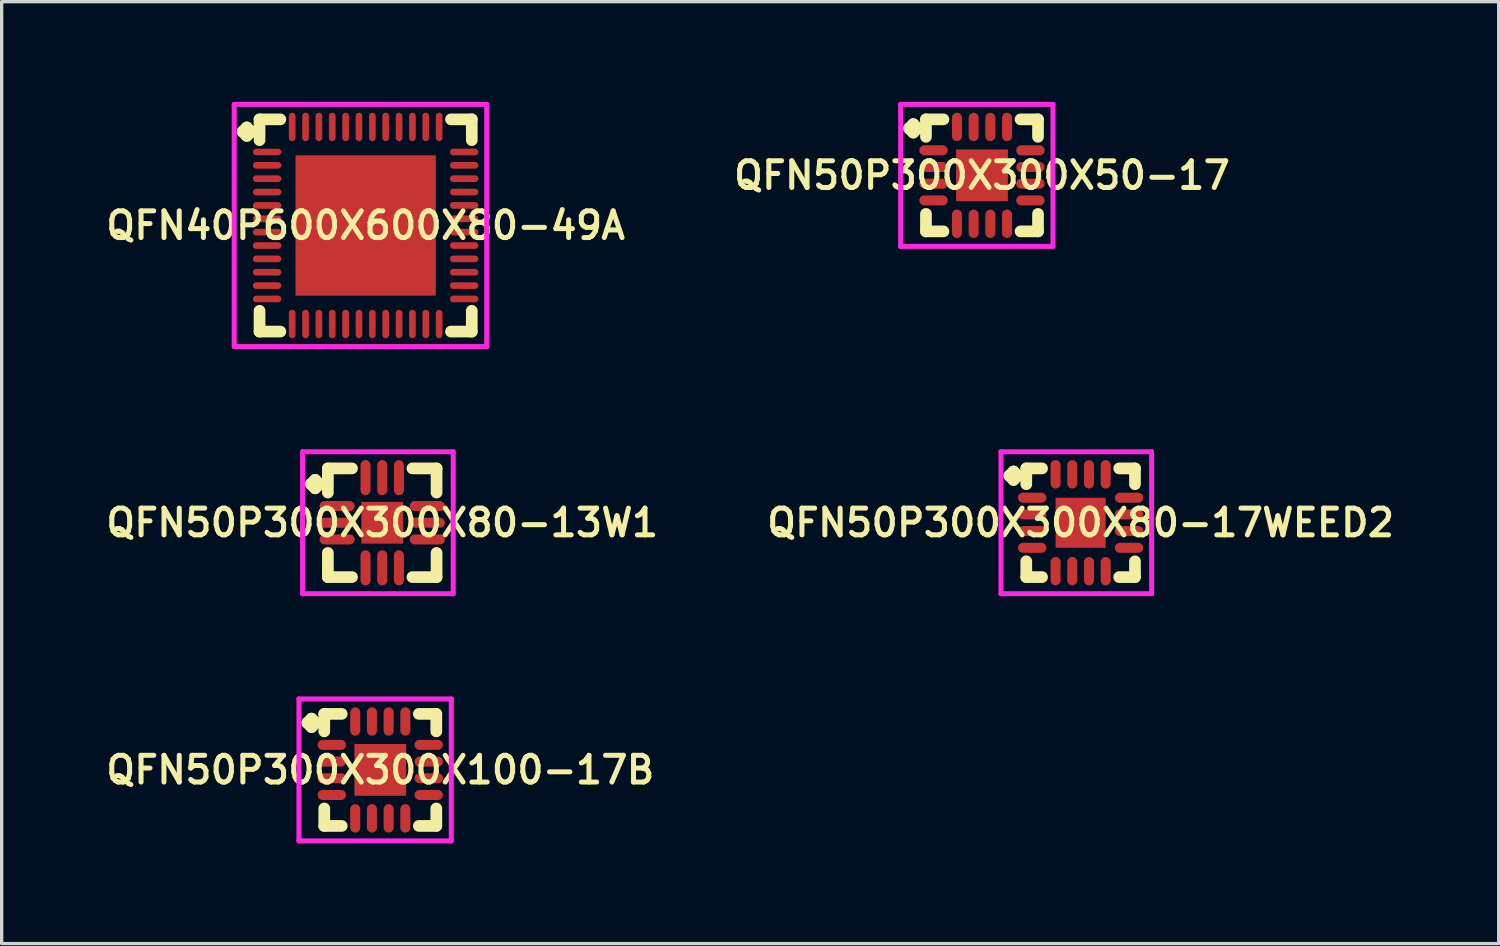
<source format=kicad_pcb>
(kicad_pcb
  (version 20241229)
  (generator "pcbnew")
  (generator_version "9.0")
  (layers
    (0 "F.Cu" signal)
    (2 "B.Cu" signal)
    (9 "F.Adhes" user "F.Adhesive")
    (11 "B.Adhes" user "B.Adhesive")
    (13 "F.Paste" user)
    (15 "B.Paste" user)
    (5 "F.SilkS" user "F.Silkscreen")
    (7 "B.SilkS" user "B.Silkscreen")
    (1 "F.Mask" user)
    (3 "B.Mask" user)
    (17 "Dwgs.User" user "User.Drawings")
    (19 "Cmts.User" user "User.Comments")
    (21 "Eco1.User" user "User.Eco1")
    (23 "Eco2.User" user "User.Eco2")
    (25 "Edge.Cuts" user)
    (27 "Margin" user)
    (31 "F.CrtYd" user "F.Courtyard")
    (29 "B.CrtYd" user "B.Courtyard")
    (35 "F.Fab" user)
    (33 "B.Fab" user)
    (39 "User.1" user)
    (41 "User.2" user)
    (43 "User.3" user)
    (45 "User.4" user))
  (footprint "QFN40P600X600X80-49A"
    (layer "F.Cu")
    (at 7.897 3.7)
    (property "Reference" "QFN40P600X600X80-49A" (at 0 0 0) (layer "F.SilkS") (effects (font (size 0.8 0.8) (thickness 0.15))))
    (attr smd)
    (fp_line (start -3.685 -2.808) (end -3.558 -2.935) (stroke (width 0.35) (type solid)) (layer "F.SilkS"))
    (fp_line (start -3.558 -2.935) (end -3.431 -2.808) (stroke (width 0.35) (type solid)) (layer "F.SilkS"))
    (fp_line (start -3.558 -2.681) (end -3.685 -2.808) (stroke (width 0.35) (type solid)) (layer "F.SilkS"))
    (fp_line (start -3.431 -2.808) (end -3.558 -2.681) (stroke (width 0.35) (type solid)) (layer "F.SilkS"))
    (fp_line (start -3.177 -3.177) (end -2.554 -3.177) (stroke (width 0.35) (type solid)) (layer "F.SilkS"))
    (fp_line (start -3.177 -2.554) (end -3.177 -3.177) (stroke (width 0.35) (type solid)) (layer "F.SilkS"))
    (fp_line (start -3.177 2.554) (end -3.177 3.177) (stroke (width 0.35) (type solid)) (layer "F.SilkS"))
    (fp_line (start -3.177 3.177) (end -2.554 3.177) (stroke (width 0.35) (type solid)) (layer "F.SilkS"))
    (fp_line (start 2.554 -3.177) (end 3.177 -3.177) (stroke (width 0.35) (type solid)) (layer "F.SilkS"))
    (fp_line (start 2.554 3.177) (end 3.177 3.177) (stroke (width 0.35) (type solid)) (layer "F.SilkS"))
    (fp_line (start 3.177 -3.177) (end 3.177 -2.554) (stroke (width 0.35) (type solid)) (layer "F.SilkS"))
    (fp_line (start 3.177 3.177) (end 3.177 2.554) (stroke (width 0.35) (type solid)) (layer "F.SilkS"))
    (fp_line (start -3.935 -3.625) (end 3.625 -3.625) (stroke (width 0.15) (type solid)) (layer "F.CrtYd"))
    (fp_line (start -3.935 3.625) (end -3.935 -3.625) (stroke (width 0.15) (type solid)) (layer "F.CrtYd"))
    (fp_line (start 3.625 -3.625) (end 3.625 3.625) (stroke (width 0.15) (type solid)) (layer "F.CrtYd"))
    (fp_line (start 3.625 3.625) (end -3.935 3.625) (stroke (width 0.15) (type solid)) (layer "F.CrtYd"))
    (pad "1" smd oval (at -2.95 -2.2) (size 0.85 0.2) (layers "F.Cu" "F.Mask" "F.Paste"))
    (pad "2" smd oval (at -2.95 -1.8) (size 0.85 0.2) (layers "F.Cu" "F.Mask" "F.Paste"))
    (pad "3" smd oval (at -2.95 -1.4) (size 0.85 0.2) (layers "F.Cu" "F.Mask" "F.Paste"))
    (pad "4" smd oval (at -2.95 -1) (size 0.85 0.2) (layers "F.Cu" "F.Mask" "F.Paste"))
    (pad "5" smd oval (at -2.95 -0.6) (size 0.85 0.2) (layers "F.Cu" "F.Mask" "F.Paste"))
    (pad "6" smd oval (at -2.95 -0.2) (size 0.85 0.2) (layers "F.Cu" "F.Mask" "F.Paste"))
    (pad "7" smd oval (at -2.95 0.2) (size 0.85 0.2) (layers "F.Cu" "F.Mask" "F.Paste"))
    (pad "8" smd oval (at -2.95 0.6) (size 0.85 0.2) (layers "F.Cu" "F.Mask" "F.Paste"))
    (pad "9" smd oval (at -2.95 1) (size 0.85 0.2) (layers "F.Cu" "F.Mask" "F.Paste"))
    (pad "10" smd oval (at -2.95 1.4) (size 0.85 0.2) (layers "F.Cu" "F.Mask" "F.Paste"))
    (pad "11" smd oval (at -2.95 1.8) (size 0.85 0.2) (layers "F.Cu" "F.Mask" "F.Paste"))
    (pad "12" smd oval (at -2.95 2.2) (size 0.85 0.2) (layers "F.Cu" "F.Mask" "F.Paste"))
    (pad "13" smd oval (at -2.2 2.95) (size 0.2 0.85) (layers "F.Cu" "F.Mask" "F.Paste"))
    (pad "14" smd oval (at -1.8 2.95) (size 0.2 0.85) (layers "F.Cu" "F.Mask" "F.Paste"))
    (pad "15" smd oval (at -1.4 2.95) (size 0.2 0.85) (layers "F.Cu" "F.Mask" "F.Paste"))
    (pad "16" smd oval (at -1 2.95) (size 0.2 0.85) (layers "F.Cu" "F.Mask" "F.Paste"))
    (pad "17" smd oval (at -0.6 2.95) (size 0.2 0.85) (layers "F.Cu" "F.Mask" "F.Paste"))
    (pad "18" smd oval (at -0.2 2.95) (size 0.2 0.85) (layers "F.Cu" "F.Mask" "F.Paste"))
    (pad "19" smd oval (at 0.2 2.95) (size 0.2 0.85) (layers "F.Cu" "F.Mask" "F.Paste"))
    (pad "20" smd oval (at 0.6 2.95) (size 0.2 0.85) (layers "F.Cu" "F.Mask" "F.Paste"))
    (pad "21" smd oval (at 1 2.95) (size 0.2 0.85) (layers "F.Cu" "F.Mask" "F.Paste"))
    (pad "22" smd oval (at 1.4 2.95) (size 0.2 0.85) (layers "F.Cu" "F.Mask" "F.Paste"))
    (pad "23" smd oval (at 1.8 2.95) (size 0.2 0.85) (layers "F.Cu" "F.Mask" "F.Paste"))
    (pad "24" smd oval (at 2.2 2.95) (size 0.2 0.85) (layers "F.Cu" "F.Mask" "F.Paste"))
    (pad "25" smd oval (at 2.95 2.2) (size 0.85 0.2) (layers "F.Cu" "F.Mask" "F.Paste"))
    (pad "26" smd oval (at 2.95 1.8) (size 0.85 0.2) (layers "F.Cu" "F.Mask" "F.Paste"))
    (pad "27" smd oval (at 2.95 1.4) (size 0.85 0.2) (layers "F.Cu" "F.Mask" "F.Paste"))
    (pad "28" smd oval (at 2.95 1) (size 0.85 0.2) (layers "F.Cu" "F.Mask" "F.Paste"))
    (pad "29" smd oval (at 2.95 0.6) (size 0.85 0.2) (layers "F.Cu" "F.Mask" "F.Paste"))
    (pad "30" smd oval (at 2.95 0.2) (size 0.85 0.2) (layers "F.Cu" "F.Mask" "F.Paste"))
    (pad "31" smd oval (at 2.95 -0.2) (size 0.85 0.2) (layers "F.Cu" "F.Mask" "F.Paste"))
    (pad "32" smd oval (at 2.95 -0.6) (size 0.85 0.2) (layers "F.Cu" "F.Mask" "F.Paste"))
    (pad "33" smd oval (at 2.95 -1) (size 0.85 0.2) (layers "F.Cu" "F.Mask" "F.Paste"))
    (pad "34" smd oval (at 2.95 -1.4) (size 0.85 0.2) (layers "F.Cu" "F.Mask" "F.Paste"))
    (pad "35" smd oval (at 2.95 -1.8) (size 0.85 0.2) (layers "F.Cu" "F.Mask" "F.Paste"))
    (pad "36" smd oval (at 2.95 -2.2) (size 0.85 0.2) (layers "F.Cu" "F.Mask" "F.Paste"))
    (pad "37" smd oval (at 2.2 -2.95) (size 0.2 0.85) (layers "F.Cu" "F.Mask" "F.Paste"))
    (pad "38" smd oval (at 1.8 -2.95) (size 0.2 0.85) (layers "F.Cu" "F.Mask" "F.Paste"))
    (pad "39" smd oval (at 1.4 -2.95) (size 0.2 0.85) (layers "F.Cu" "F.Mask" "F.Paste"))
    (pad "40" smd oval (at 1 -2.95) (size 0.2 0.85) (layers "F.Cu" "F.Mask" "F.Paste"))
    (pad "41" smd oval (at 0.6 -2.95) (size 0.2 0.85) (layers "F.Cu" "F.Mask" "F.Paste"))
    (pad "42" smd oval (at 0.2 -2.95) (size 0.2 0.85) (layers "F.Cu" "F.Mask" "F.Paste"))
    (pad "43" smd oval (at -0.2 -2.95) (size 0.2 0.85) (layers "F.Cu" "F.Mask" "F.Paste"))
    (pad "44" smd oval (at -0.6 -2.95) (size 0.2 0.85) (layers "F.Cu" "F.Mask" "F.Paste"))
    (pad "45" smd oval (at -1 -2.95) (size 0.2 0.85) (layers "F.Cu" "F.Mask" "F.Paste"))
    (pad "46" smd oval (at -1.4 -2.95) (size 0.2 0.85) (layers "F.Cu" "F.Mask" "F.Paste"))
    (pad "47" smd oval (at -1.8 -2.95) (size 0.2 0.85) (layers "F.Cu" "F.Mask" "F.Paste"))
    (pad "48" smd oval (at -2.2 -2.95) (size 0.2 0.85) (layers "F.Cu" "F.Mask" "F.Paste"))
    (pad "49" smd rect (at 0 0) (size 4.2 4.2) (layers "F.Cu" "F.Mask" "F.Paste")))
  (footprint "QFN50P300X300X50-17"
    (layer "F.Cu")
    (at 26.349 2.2)
    (property "Reference" "QFN50P300X300X50-17" (at 0 0 0) (layer "F.SilkS") (effects (font (size 0.8 0.8) (thickness 0.15))))
    (attr smd)
    (fp_line (start -2.185 -1.408) (end -2.058 -1.535) (stroke (width 0.35) (type solid)) (layer "F.SilkS"))
    (fp_line (start -2.058 -1.535) (end -1.931 -1.408) (stroke (width 0.35) (type solid)) (layer "F.SilkS"))
    (fp_line (start -2.058 -1.281) (end -2.185 -1.408) (stroke (width 0.35) (type solid)) (layer "F.SilkS"))
    (fp_line (start -1.931 -1.408) (end -2.058 -1.281) (stroke (width 0.35) (type solid)) (layer "F.SilkS"))
    (fp_line (start -1.677 -1.677) (end -1.154 -1.677) (stroke (width 0.35) (type solid)) (layer "F.SilkS"))
    (fp_line (start -1.677 -1.154) (end -1.677 -1.677) (stroke (width 0.35) (type solid)) (layer "F.SilkS"))
    (fp_line (start -1.677 1.154) (end -1.677 1.677) (stroke (width 0.35) (type solid)) (layer "F.SilkS"))
    (fp_line (start -1.677 1.677) (end -1.154 1.677) (stroke (width 0.35) (type solid)) (layer "F.SilkS"))
    (fp_line (start 1.154 -1.677) (end 1.677 -1.677) (stroke (width 0.35) (type solid)) (layer "F.SilkS"))
    (fp_line (start 1.154 1.677) (end 1.677 1.677) (stroke (width 0.35) (type solid)) (layer "F.SilkS"))
    (fp_line (start 1.677 -1.677) (end 1.677 -1.154) (stroke (width 0.35) (type solid)) (layer "F.SilkS"))
    (fp_line (start 1.677 1.677) (end 1.677 1.154) (stroke (width 0.35) (type solid)) (layer "F.SilkS"))
    (fp_line (start -2.435 -2.125) (end 2.125 -2.125) (stroke (width 0.15) (type solid)) (layer "F.CrtYd"))
    (fp_line (start -2.435 2.125) (end -2.435 -2.125) (stroke (width 0.15) (type solid)) (layer "F.CrtYd"))
    (fp_line (start 2.125 -2.125) (end 2.125 2.125) (stroke (width 0.15) (type solid)) (layer "F.CrtYd"))
    (fp_line (start 2.125 2.125) (end -2.435 2.125) (stroke (width 0.15) (type solid)) (layer "F.CrtYd"))
    (pad "1" smd oval (at -1.45 -0.75) (size 0.85 0.3) (layers "F.Cu" "F.Mask" "F.Paste"))
    (pad "2" smd oval (at -1.45 -0.25) (size 0.85 0.3) (layers "F.Cu" "F.Mask" "F.Paste"))
    (pad "3" smd oval (at -1.45 0.25) (size 0.85 0.3) (layers "F.Cu" "F.Mask" "F.Paste"))
    (pad "4" smd oval (at -1.45 0.75) (size 0.85 0.3) (layers "F.Cu" "F.Mask" "F.Paste"))
    (pad "5" smd oval (at -0.75 1.45) (size 0.3 0.85) (layers "F.Cu" "F.Mask" "F.Paste"))
    (pad "6" smd oval (at -0.25 1.45) (size 0.3 0.85) (layers "F.Cu" "F.Mask" "F.Paste"))
    (pad "7" smd oval (at 0.25 1.45) (size 0.3 0.85) (layers "F.Cu" "F.Mask" "F.Paste"))
    (pad "8" smd oval (at 0.75 1.45) (size 0.3 0.85) (layers "F.Cu" "F.Mask" "F.Paste"))
    (pad "9" smd oval (at 1.45 0.75) (size 0.85 0.3) (layers "F.Cu" "F.Mask" "F.Paste"))
    (pad "10" smd oval (at 1.45 0.25) (size 0.85 0.3) (layers "F.Cu" "F.Mask" "F.Paste"))
    (pad "11" smd oval (at 1.45 -0.25) (size 0.85 0.3) (layers "F.Cu" "F.Mask" "F.Paste"))
    (pad "12" smd oval (at 1.45 -0.75) (size 0.85 0.3) (layers "F.Cu" "F.Mask" "F.Paste"))
    (pad "13" smd oval (at 0.75 -1.45) (size 0.3 0.85) (layers "F.Cu" "F.Mask" "F.Paste"))
    (pad "14" smd oval (at 0.25 -1.45) (size 0.3 0.85) (layers "F.Cu" "F.Mask" "F.Paste"))
    (pad "15" smd oval (at -0.25 -1.45) (size 0.3 0.85) (layers "F.Cu" "F.Mask" "F.Paste"))
    (pad "16" smd oval (at -0.75 -1.45) (size 0.3 0.85) (layers "F.Cu" "F.Mask" "F.Paste"))
    (pad "17" smd rect (at 0 0) (size 1.55 1.55) (layers "F.Cu" "F.Mask" "F.Paste")))
  (footprint "QFN50P300X300X80-13W1"
    (layer "F.Cu")
    (at 8.393 12.6)
    (property "Reference" "QFN50P300X300X80-13W1" (at 0 0 0) (layer "F.SilkS") (effects (font (size 0.8 0.8) (thickness 0.15))))
    (attr smd)
    (fp_line (start -2.135 -1.158) (end -2.008 -1.285) (stroke (width 0.35) (type solid)) (layer "F.SilkS"))
    (fp_line (start -2.008 -1.285) (end -1.881 -1.158) (stroke (width 0.35) (type solid)) (layer "F.SilkS"))
    (fp_line (start -2.008 -1.031) (end -2.135 -1.158) (stroke (width 0.35) (type solid)) (layer "F.SilkS"))
    (fp_line (start -1.881 -1.158) (end -2.008 -1.031) (stroke (width 0.35) (type solid)) (layer "F.SilkS"))
    (fp_line (start -1.627 -1.627) (end -0.904 -1.627) (stroke (width 0.35) (type solid)) (layer "F.SilkS"))
    (fp_line (start -1.627 -0.904) (end -1.627 -1.627) (stroke (width 0.35) (type solid)) (layer "F.SilkS"))
    (fp_line (start -1.627 0.904) (end -1.627 1.627) (stroke (width 0.35) (type solid)) (layer "F.SilkS"))
    (fp_line (start -1.627 1.627) (end -0.904 1.627) (stroke (width 0.35) (type solid)) (layer "F.SilkS"))
    (fp_line (start 0.904 -1.627) (end 1.627 -1.627) (stroke (width 0.35) (type solid)) (layer "F.SilkS"))
    (fp_line (start 0.904 1.627) (end 1.627 1.627) (stroke (width 0.35) (type solid)) (layer "F.SilkS"))
    (fp_line (start 1.627 -1.627) (end 1.627 -0.904) (stroke (width 0.35) (type solid)) (layer "F.SilkS"))
    (fp_line (start 1.627 1.627) (end 1.627 0.904) (stroke (width 0.35) (type solid)) (layer "F.SilkS"))
    (fp_line (start -2.385 -2.125) (end 2.125 -2.125) (stroke (width 0.15) (type solid)) (layer "F.CrtYd"))
    (fp_line (start -2.385 2.125) (end -2.385 -2.125) (stroke (width 0.15) (type solid)) (layer "F.CrtYd"))
    (fp_line (start 2.125 -2.125) (end 2.125 2.125) (stroke (width 0.15) (type solid)) (layer "F.CrtYd"))
    (fp_line (start 2.125 2.125) (end -2.385 2.125) (stroke (width 0.15) (type solid)) (layer "F.CrtYd"))
    (pad "1" smd oval (at -1.35 -0.5) (size 1.05 0.3) (layers "F.Cu" "F.Mask" "F.Paste"))
    (pad "2" smd oval (at -1.35 0) (size 1.05 0.3) (layers "F.Cu" "F.Mask" "F.Paste"))
    (pad "3" smd oval (at -1.35 0.5) (size 1.05 0.3) (layers "F.Cu" "F.Mask" "F.Paste"))
    (pad "4" smd oval (at -0.5 1.35) (size 0.3 1.05) (layers "F.Cu" "F.Mask" "F.Paste"))
    (pad "5" smd oval (at 0 1.35) (size 0.3 1.05) (layers "F.Cu" "F.Mask" "F.Paste"))
    (pad "6" smd oval (at 0.5 1.35) (size 0.3 1.05) (layers "F.Cu" "F.Mask" "F.Paste"))
    (pad "7" smd oval (at 1.35 0.5) (size 1.05 0.3) (layers "F.Cu" "F.Mask" "F.Paste"))
    (pad "8" smd oval (at 1.35 0) (size 1.05 0.3) (layers "F.Cu" "F.Mask" "F.Paste"))
    (pad "9" smd oval (at 1.35 -0.5) (size 1.05 0.3) (layers "F.Cu" "F.Mask" "F.Paste"))
    (pad "10" smd oval (at 0.5 -1.35) (size 0.3 1.05) (layers "F.Cu" "F.Mask" "F.Paste"))
    (pad "11" smd oval (at 0 -1.35) (size 0.3 1.05) (layers "F.Cu" "F.Mask" "F.Paste"))
    (pad "12" smd oval (at -0.5 -1.35) (size 0.3 1.05) (layers "F.Cu" "F.Mask" "F.Paste"))
    (pad "13" smd rect (at 0 0) (size 1.25 1.25) (layers "F.Cu" "F.Mask" "F.Paste")))
  (footprint "QFN50P300X300X100-17B"
    (layer "F.Cu")
    (at 8.335 20)
    (property "Reference" "QFN50P300X300X100-17B" (at 0 0 0) (layer "F.SilkS") (effects (font (size 0.8 0.8) (thickness 0.15))))
    (attr smd)
    (fp_line (start -2.185 -1.408) (end -2.058 -1.535) (stroke (width 0.35) (type solid)) (layer "F.SilkS"))
    (fp_line (start -2.058 -1.535) (end -1.931 -1.408) (stroke (width 0.35) (type solid)) (layer "F.SilkS"))
    (fp_line (start -2.058 -1.281) (end -2.185 -1.408) (stroke (width 0.35) (type solid)) (layer "F.SilkS"))
    (fp_line (start -1.931 -1.408) (end -2.058 -1.281) (stroke (width 0.35) (type solid)) (layer "F.SilkS"))
    (fp_line (start -1.677 -1.677) (end -1.154 -1.677) (stroke (width 0.35) (type solid)) (layer "F.SilkS"))
    (fp_line (start -1.677 -1.154) (end -1.677 -1.677) (stroke (width 0.35) (type solid)) (layer "F.SilkS"))
    (fp_line (start -1.677 1.154) (end -1.677 1.677) (stroke (width 0.35) (type solid)) (layer "F.SilkS"))
    (fp_line (start -1.677 1.677) (end -1.154 1.677) (stroke (width 0.35) (type solid)) (layer "F.SilkS"))
    (fp_line (start 1.154 -1.677) (end 1.677 -1.677) (stroke (width 0.35) (type solid)) (layer "F.SilkS"))
    (fp_line (start 1.154 1.677) (end 1.677 1.677) (stroke (width 0.35) (type solid)) (layer "F.SilkS"))
    (fp_line (start 1.677 -1.677) (end 1.677 -1.154) (stroke (width 0.35) (type solid)) (layer "F.SilkS"))
    (fp_line (start 1.677 1.677) (end 1.677 1.154) (stroke (width 0.35) (type solid)) (layer "F.SilkS"))
    (fp_line (start -2.435 -2.125) (end 2.125 -2.125) (stroke (width 0.15) (type solid)) (layer "F.CrtYd"))
    (fp_line (start -2.435 2.125) (end -2.435 -2.125) (stroke (width 0.15) (type solid)) (layer "F.CrtYd"))
    (fp_line (start 2.125 -2.125) (end 2.125 2.125) (stroke (width 0.15) (type solid)) (layer "F.CrtYd"))
    (fp_line (start 2.125 2.125) (end -2.435 2.125) (stroke (width 0.15) (type solid)) (layer "F.CrtYd"))
    (pad "1" smd oval (at -1.45 -0.75) (size 0.85 0.3) (layers "F.Cu" "F.Mask" "F.Paste"))
    (pad "2" smd oval (at -1.45 -0.25) (size 0.85 0.3) (layers "F.Cu" "F.Mask" "F.Paste"))
    (pad "3" smd oval (at -1.45 0.25) (size 0.85 0.3) (layers "F.Cu" "F.Mask" "F.Paste"))
    (pad "4" smd oval (at -1.45 0.75) (size 0.85 0.3) (layers "F.Cu" "F.Mask" "F.Paste"))
    (pad "5" smd oval (at -0.75 1.45) (size 0.3 0.85) (layers "F.Cu" "F.Mask" "F.Paste"))
    (pad "6" smd oval (at -0.25 1.45) (size 0.3 0.85) (layers "F.Cu" "F.Mask" "F.Paste"))
    (pad "7" smd oval (at 0.25 1.45) (size 0.3 0.85) (layers "F.Cu" "F.Mask" "F.Paste"))
    (pad "8" smd oval (at 0.75 1.45) (size 0.3 0.85) (layers "F.Cu" "F.Mask" "F.Paste"))
    (pad "9" smd oval (at 1.45 0.75) (size 0.85 0.3) (layers "F.Cu" "F.Mask" "F.Paste"))
    (pad "10" smd oval (at 1.45 0.25) (size 0.85 0.3) (layers "F.Cu" "F.Mask" "F.Paste"))
    (pad "11" smd oval (at 1.45 -0.25) (size 0.85 0.3) (layers "F.Cu" "F.Mask" "F.Paste"))
    (pad "12" smd oval (at 1.45 -0.75) (size 0.85 0.3) (layers "F.Cu" "F.Mask" "F.Paste"))
    (pad "13" smd oval (at 0.75 -1.45) (size 0.3 0.85) (layers "F.Cu" "F.Mask" "F.Paste"))
    (pad "14" smd oval (at 0.25 -1.45) (size 0.3 0.85) (layers "F.Cu" "F.Mask" "F.Paste"))
    (pad "15" smd oval (at -0.25 -1.45) (size 0.3 0.85) (layers "F.Cu" "F.Mask" "F.Paste"))
    (pad "16" smd oval (at -0.75 -1.45) (size 0.3 0.85) (layers "F.Cu" "F.Mask" "F.Paste"))
    (pad "17" smd rect (at 0 0) (size 1.55 1.55) (layers "F.Cu" "F.Mask" "F.Paste")))
  (footprint "QFN50P300X300X80-17WEED2"
    (layer "F.Cu")
    (at 29.302 12.6)
    (property "Reference" "QFN50P300X300X80-17WEED2" (at 0 0 0) (layer "F.SilkS") (effects (font (size 0.8 0.8) (thickness 0.15))))
    (attr smd)
    (fp_line (start -2.135 -1.408) (end -2.008 -1.535) (stroke (width 0.35) (type solid)) (layer "F.SilkS"))
    (fp_line (start -2.008 -1.535) (end -1.881 -1.408) (stroke (width 0.35) (type solid)) (layer "F.SilkS"))
    (fp_line (start -2.008 -1.281) (end -2.135 -1.408) (stroke (width 0.35) (type solid)) (layer "F.SilkS"))
    (fp_line (start -1.881 -1.408) (end -2.008 -1.281) (stroke (width 0.35) (type solid)) (layer "F.SilkS"))
    (fp_line (start -1.627 -1.627) (end -1.154 -1.627) (stroke (width 0.35) (type solid)) (layer "F.SilkS"))
    (fp_line (start -1.627 -1.154) (end -1.627 -1.627) (stroke (width 0.35) (type solid)) (layer "F.SilkS"))
    (fp_line (start -1.627 1.154) (end -1.627 1.627) (stroke (width 0.35) (type solid)) (layer "F.SilkS"))
    (fp_line (start -1.627 1.627) (end -1.154 1.627) (stroke (width 0.35) (type solid)) (layer "F.SilkS"))
    (fp_line (start 1.154 -1.627) (end 1.627 -1.627) (stroke (width 0.35) (type solid)) (layer "F.SilkS"))
    (fp_line (start 1.154 1.627) (end 1.627 1.627) (stroke (width 0.35) (type solid)) (layer "F.SilkS"))
    (fp_line (start 1.627 -1.627) (end 1.627 -1.154) (stroke (width 0.35) (type solid)) (layer "F.SilkS"))
    (fp_line (start 1.627 1.627) (end 1.627 1.154) (stroke (width 0.35) (type solid)) (layer "F.SilkS"))
    (fp_line (start -2.385 -2.125) (end 2.125 -2.125) (stroke (width 0.15) (type solid)) (layer "F.CrtYd"))
    (fp_line (start -2.385 2.125) (end -2.385 -2.125) (stroke (width 0.15) (type solid)) (layer "F.CrtYd"))
    (fp_line (start 2.125 -2.125) (end 2.125 2.125) (stroke (width 0.15) (type solid)) (layer "F.CrtYd"))
    (fp_line (start 2.125 2.125) (end -2.385 2.125) (stroke (width 0.15) (type solid)) (layer "F.CrtYd"))
    (pad "1" smd oval (at -1.45 -0.75) (size 0.85 0.3) (layers "F.Cu" "F.Mask" "F.Paste"))
    (pad "2" smd oval (at -1.45 -0.25) (size 0.85 0.3) (layers "F.Cu" "F.Mask" "F.Paste"))
    (pad "3" smd oval (at -1.45 0.25) (size 0.85 0.3) (layers "F.Cu" "F.Mask" "F.Paste"))
    (pad "4" smd oval (at -1.45 0.75) (size 0.85 0.3) (layers "F.Cu" "F.Mask" "F.Paste"))
    (pad "5" smd oval (at -0.75 1.45) (size 0.3 0.85) (layers "F.Cu" "F.Mask" "F.Paste"))
    (pad "6" smd oval (at -0.25 1.45) (size 0.3 0.85) (layers "F.Cu" "F.Mask" "F.Paste"))
    (pad "7" smd oval (at 0.25 1.45) (size 0.3 0.85) (layers "F.Cu" "F.Mask" "F.Paste"))
    (pad "8" smd oval (at 0.75 1.45) (size 0.3 0.85) (layers "F.Cu" "F.Mask" "F.Paste"))
    (pad "9" smd oval (at 1.45 0.75) (size 0.85 0.3) (layers "F.Cu" "F.Mask" "F.Paste"))
    (pad "10" smd oval (at 1.45 0.25) (size 0.85 0.3) (layers "F.Cu" "F.Mask" "F.Paste"))
    (pad "11" smd oval (at 1.45 -0.25) (size 0.85 0.3) (layers "F.Cu" "F.Mask" "F.Paste"))
    (pad "12" smd oval (at 1.45 -0.75) (size 0.85 0.3) (layers "F.Cu" "F.Mask" "F.Paste"))
    (pad "13" smd oval (at 0.75 -1.45) (size 0.3 0.85) (layers "F.Cu" "F.Mask" "F.Paste"))
    (pad "14" smd oval (at 0.25 -1.45) (size 0.3 0.85) (layers "F.Cu" "F.Mask" "F.Paste"))
    (pad "15" smd oval (at -0.25 -1.45) (size 0.3 0.85) (layers "F.Cu" "F.Mask" "F.Paste"))
    (pad "16" smd oval (at -0.75 -1.45) (size 0.3 0.85) (layers "F.Cu" "F.Mask" "F.Paste"))
    (pad "17" smd rect (at 0 0) (size 1.5 1.5) (layers "F.Cu" "F.Mask" "F.Paste")))
  (gr_rect
    (start -3 -3)
    (end 41.818 25.2)
    (stroke (width 0.1) (type default))
    (fill no)
    (layer "Edge.Cuts")))
</source>
